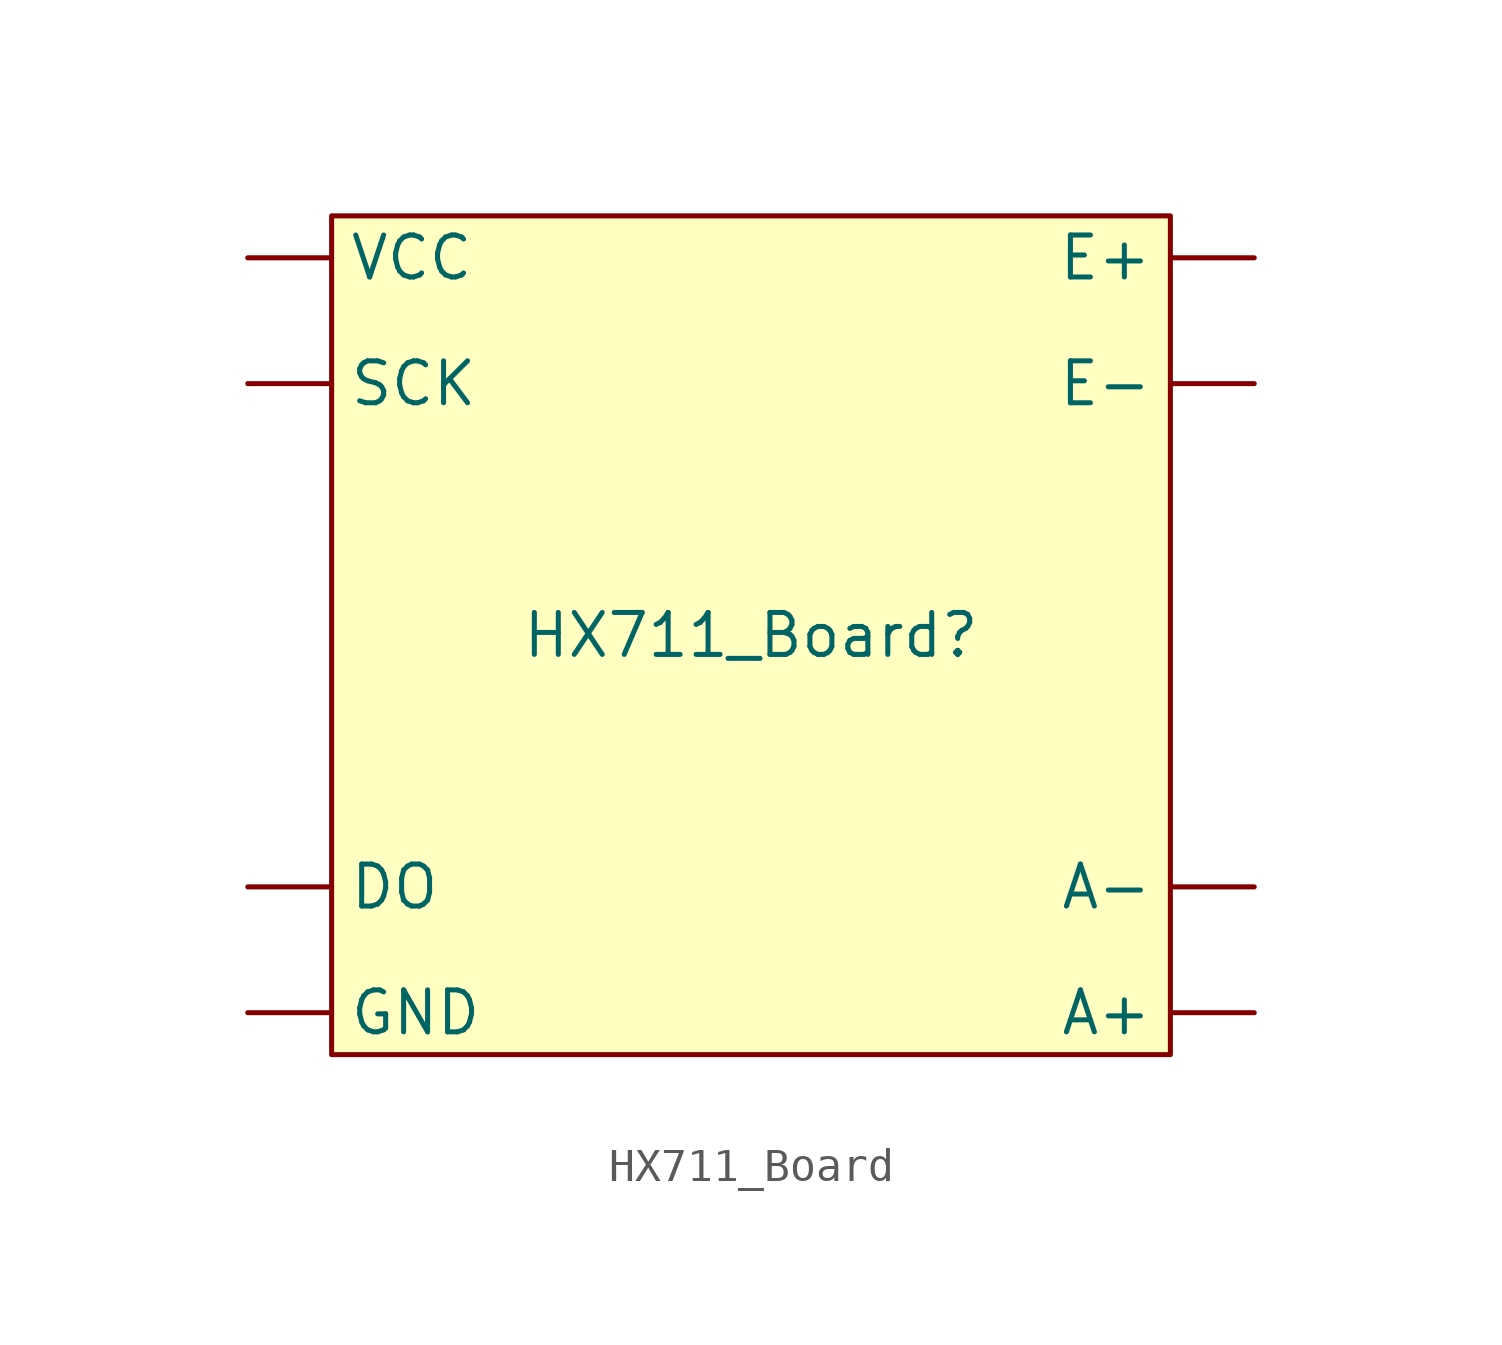
<source format=kicad_sym>
(kicad_symbol_lib
  (version 20231120)
  (generator "kicad_symbol_editor")
  (generator_version "8.0")
  (symbol "HX711_Board"
    (property "Reference" "HX711_Board"
      (at 0 0 0)
      (effects (font (size 1.27 1.27))))
    (property "Value" ""
      (at 0 0 0)
      (effects (font (size 1.27 1.27))))
    (symbol "HX711_Board_0_1"
      (rectangle (start -12.7 12.7) (end 12.7 -12.7) (stroke (width 0) (type default)) (fill (type background))))
    (symbol "HX711_Board_1_1"
      (pin output line (at 15.24 -11.43 180) (length 2.54) (name "A+" (effects (font (size 1.27 1.27)))) (number "" (effects (font (size 1.27 1.27)))))
      (pin output line (at 15.24 -7.62 180) (length 2.54) (name "A-" (effects (font (size 1.27 1.27)))) (number "" (effects (font (size 1.27 1.27)))))
      (pin output line (at -15.24 -7.62 0) (length 2.54) (name "DO" (effects (font (size 1.27 1.27)))) (number "" (effects (font (size 1.27 1.27)))))
      (pin output line (at 15.24 11.43 180) (length 2.54) (name "E+" (effects (font (size 1.27 1.27)))) (number "" (effects (font (size 1.27 1.27)))))
      (pin output line (at 15.24 7.62 180) (length 2.54) (name "E-" (effects (font (size 1.27 1.27)))) (number "" (effects (font (size 1.27 1.27)))))
      (pin input line (at -15.24 -11.43 0) (length 2.54) (name "GND" (effects (font (size 1.27 1.27)))) (number "" (effects (font (size 1.27 1.27)))))
      (pin input line (at -15.24 7.62 0) (length 2.54) (name "SCK" (effects (font (size 1.27 1.27)))) (number "" (effects (font (size 1.27 1.27)))))
      (pin input line (at -15.24 11.43 0) (length 2.54) (name "VCC" (effects (font (size 1.27 1.27)))) (number "" (effects (font (size 1.27 1.27))))))))
</source>
